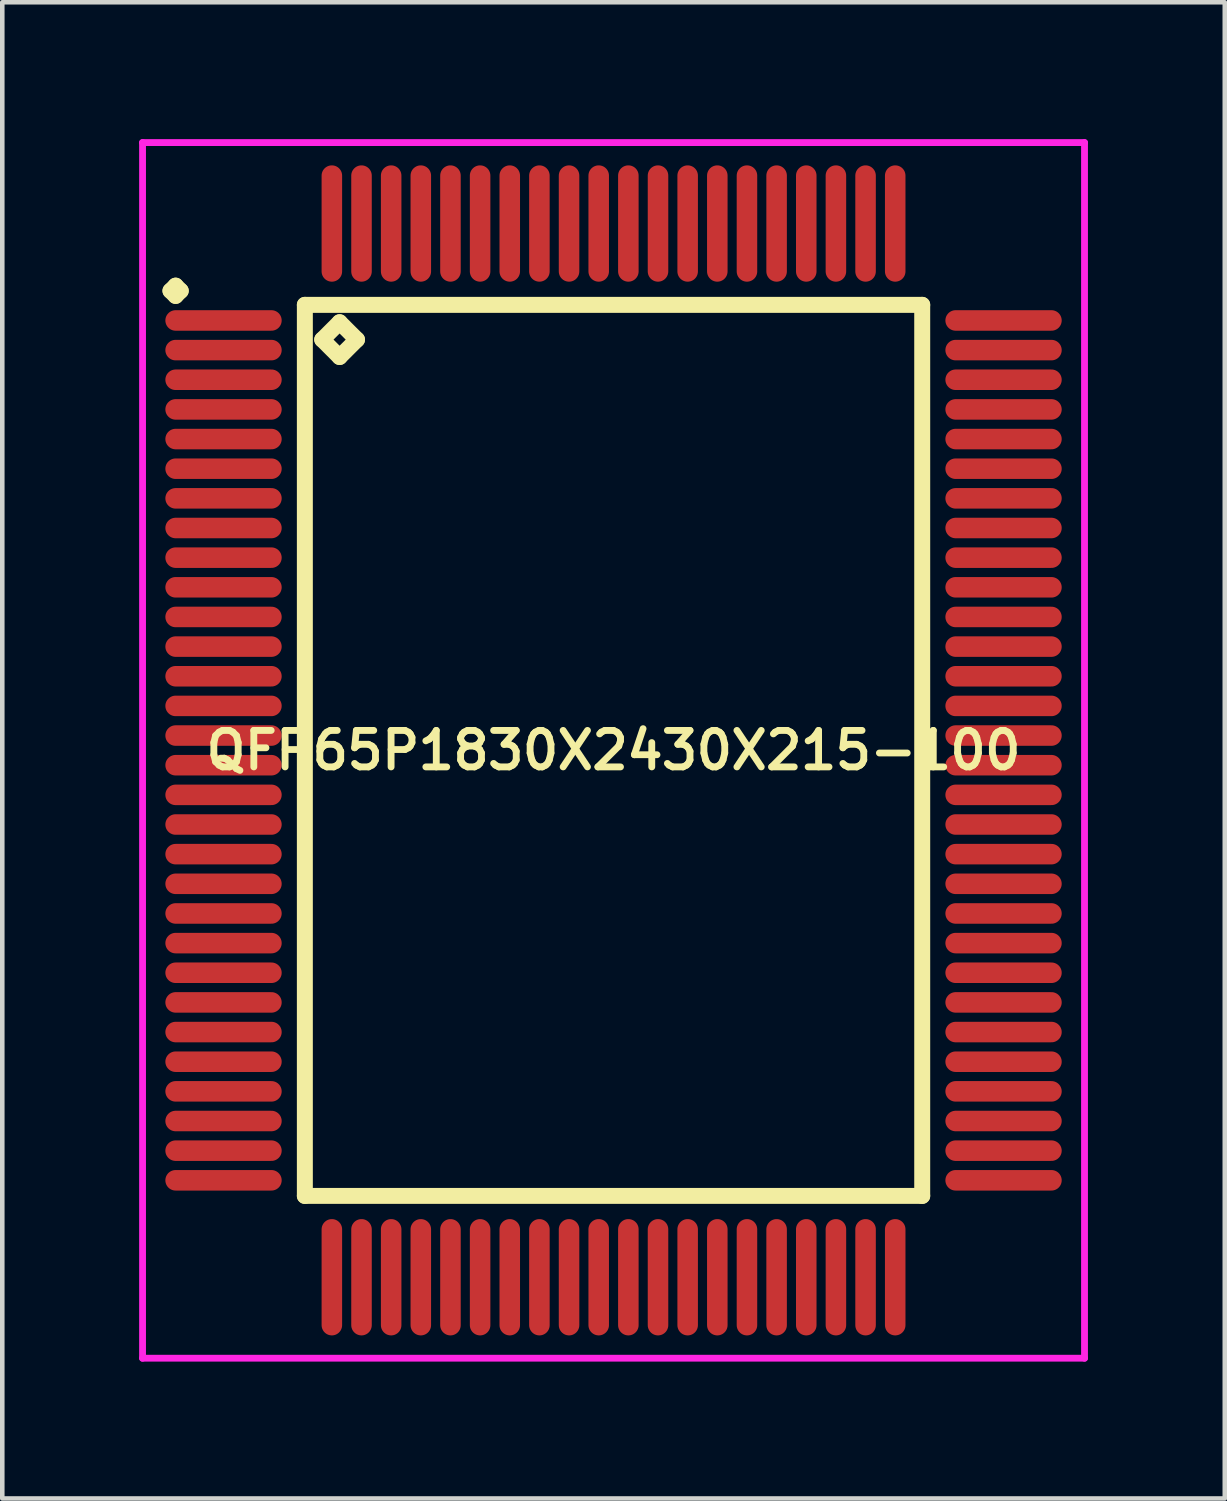
<source format=kicad_pcb>
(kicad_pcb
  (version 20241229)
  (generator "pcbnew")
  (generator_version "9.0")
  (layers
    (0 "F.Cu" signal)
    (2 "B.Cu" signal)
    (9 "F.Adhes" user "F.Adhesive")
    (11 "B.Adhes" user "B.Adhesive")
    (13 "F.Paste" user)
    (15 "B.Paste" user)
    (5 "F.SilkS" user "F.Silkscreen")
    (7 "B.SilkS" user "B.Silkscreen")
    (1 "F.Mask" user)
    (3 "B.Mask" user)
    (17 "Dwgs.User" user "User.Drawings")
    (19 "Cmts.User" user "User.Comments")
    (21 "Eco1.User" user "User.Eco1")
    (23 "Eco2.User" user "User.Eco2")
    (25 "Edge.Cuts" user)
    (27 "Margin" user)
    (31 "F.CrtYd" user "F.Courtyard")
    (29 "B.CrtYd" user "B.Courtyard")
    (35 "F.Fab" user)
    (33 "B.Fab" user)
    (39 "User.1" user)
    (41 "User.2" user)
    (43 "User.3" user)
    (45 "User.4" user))
  (footprint "QFP65P1830X2430X215-100"
    (layer "F.Cu")
    (at 10.4 13.4)
    (property "Reference" "QFP65P1830X2430X215-100" (at 0 0 0) (layer "F.SilkS") (effects (font (size 0.8 0.8) (thickness 0.15))))
    (attr smd)
    (fp_line (start -9.713 -10.075) (end -9.6 -10.188) (stroke (width 0.35) (type solid)) (layer "F.SilkS"))
    (fp_line (start -9.6 -10.188) (end -9.488 -10.075) (stroke (width 0.35) (type solid)) (layer "F.SilkS"))
    (fp_line (start -9.6 -9.963) (end -9.713 -10.075) (stroke (width 0.35) (type solid)) (layer "F.SilkS"))
    (fp_line (start -9.488 -10.075) (end -9.6 -9.963) (stroke (width 0.35) (type solid)) (layer "F.SilkS"))
    (fp_line (start -6.767 -9.767) (end -6.767 9.767) (stroke (width 0.35) (type solid)) (layer "F.SilkS"))
    (fp_line (start -6.767 9.767) (end 6.767 9.767) (stroke (width 0.35) (type solid)) (layer "F.SilkS"))
    (fp_line (start -6.386 -9.005) (end -6.005 -9.386) (stroke (width 0.35) (type solid)) (layer "F.SilkS"))
    (fp_line (start -6.005 -9.386) (end -5.624 -9.005) (stroke (width 0.35) (type solid)) (layer "F.SilkS"))
    (fp_line (start -6.005 -8.624) (end -6.386 -9.005) (stroke (width 0.35) (type solid)) (layer "F.SilkS"))
    (fp_line (start -5.624 -9.005) (end -6.005 -8.624) (stroke (width 0.35) (type solid)) (layer "F.SilkS"))
    (fp_line (start 6.767 -9.767) (end -6.767 -9.767) (stroke (width 0.35) (type solid)) (layer "F.SilkS"))
    (fp_line (start 6.767 9.767) (end 6.767 -9.767) (stroke (width 0.35) (type solid)) (layer "F.SilkS"))
    (fp_line (start -10.325 -13.325) (end 10.325 -13.325) (stroke (width 0.15) (type solid)) (layer "F.CrtYd"))
    (fp_line (start -10.325 13.325) (end -10.325 -13.325) (stroke (width 0.15) (type solid)) (layer "F.CrtYd"))
    (fp_line (start 10.325 -13.325) (end 10.325 13.325) (stroke (width 0.15) (type solid)) (layer "F.CrtYd"))
    (fp_line (start 10.325 13.325) (end -10.325 13.325) (stroke (width 0.15) (type solid)) (layer "F.CrtYd"))
    (pad "1" smd oval (at -8.55 -9.425) (size 2.55 0.45) (layers "F.Cu" "F.Mask" "F.Paste"))
    (pad "2" smd oval (at -8.55 -8.775) (size 2.55 0.45) (layers "F.Cu" "F.Mask" "F.Paste"))
    (pad "3" smd oval (at -8.55 -8.125) (size 2.55 0.45) (layers "F.Cu" "F.Mask" "F.Paste"))
    (pad "4" smd oval (at -8.55 -7.475) (size 2.55 0.45) (layers "F.Cu" "F.Mask" "F.Paste"))
    (pad "5" smd oval (at -8.55 -6.825) (size 2.55 0.45) (layers "F.Cu" "F.Mask" "F.Paste"))
    (pad "6" smd oval (at -8.55 -6.175) (size 2.55 0.45) (layers "F.Cu" "F.Mask" "F.Paste"))
    (pad "7" smd oval (at -8.55 -5.525) (size 2.55 0.45) (layers "F.Cu" "F.Mask" "F.Paste"))
    (pad "8" smd oval (at -8.55 -4.875) (size 2.55 0.45) (layers "F.Cu" "F.Mask" "F.Paste"))
    (pad "9" smd oval (at -8.55 -4.225) (size 2.55 0.45) (layers "F.Cu" "F.Mask" "F.Paste"))
    (pad "10" smd oval (at -8.55 -3.575) (size 2.55 0.45) (layers "F.Cu" "F.Mask" "F.Paste"))
    (pad "11" smd oval (at -8.55 -2.925) (size 2.55 0.45) (layers "F.Cu" "F.Mask" "F.Paste"))
    (pad "12" smd oval (at -8.55 -2.275) (size 2.55 0.45) (layers "F.Cu" "F.Mask" "F.Paste"))
    (pad "13" smd oval (at -8.55 -1.625) (size 2.55 0.45) (layers "F.Cu" "F.Mask" "F.Paste"))
    (pad "14" smd oval (at -8.55 -0.975) (size 2.55 0.45) (layers "F.Cu" "F.Mask" "F.Paste"))
    (pad "15" smd oval (at -8.55 -0.325) (size 2.55 0.45) (layers "F.Cu" "F.Mask" "F.Paste"))
    (pad "16" smd oval (at -8.55 0.325) (size 2.55 0.45) (layers "F.Cu" "F.Mask" "F.Paste"))
    (pad "17" smd oval (at -8.55 0.975) (size 2.55 0.45) (layers "F.Cu" "F.Mask" "F.Paste"))
    (pad "18" smd oval (at -8.55 1.625) (size 2.55 0.45) (layers "F.Cu" "F.Mask" "F.Paste"))
    (pad "19" smd oval (at -8.55 2.275) (size 2.55 0.45) (layers "F.Cu" "F.Mask" "F.Paste"))
    (pad "20" smd oval (at -8.55 2.925) (size 2.55 0.45) (layers "F.Cu" "F.Mask" "F.Paste"))
    (pad "21" smd oval (at -8.55 3.575) (size 2.55 0.45) (layers "F.Cu" "F.Mask" "F.Paste"))
    (pad "22" smd oval (at -8.55 4.225) (size 2.55 0.45) (layers "F.Cu" "F.Mask" "F.Paste"))
    (pad "23" smd oval (at -8.55 4.875) (size 2.55 0.45) (layers "F.Cu" "F.Mask" "F.Paste"))
    (pad "24" smd oval (at -8.55 5.525) (size 2.55 0.45) (layers "F.Cu" "F.Mask" "F.Paste"))
    (pad "25" smd oval (at -8.55 6.175) (size 2.55 0.45) (layers "F.Cu" "F.Mask" "F.Paste"))
    (pad "26" smd oval (at -8.55 6.825) (size 2.55 0.45) (layers "F.Cu" "F.Mask" "F.Paste"))
    (pad "27" smd oval (at -8.55 7.475) (size 2.55 0.45) (layers "F.Cu" "F.Mask" "F.Paste"))
    (pad "28" smd oval (at -8.55 8.125) (size 2.55 0.45) (layers "F.Cu" "F.Mask" "F.Paste"))
    (pad "29" smd oval (at -8.55 8.775) (size 2.55 0.45) (layers "F.Cu" "F.Mask" "F.Paste"))
    (pad "30" smd oval (at -8.55 9.425) (size 2.55 0.45) (layers "F.Cu" "F.Mask" "F.Paste"))
    (pad "31" smd oval (at -6.175 11.55) (size 0.45 2.55) (layers "F.Cu" "F.Mask" "F.Paste"))
    (pad "32" smd oval (at -5.525 11.55) (size 0.45 2.55) (layers "F.Cu" "F.Mask" "F.Paste"))
    (pad "33" smd oval (at -4.875 11.55) (size 0.45 2.55) (layers "F.Cu" "F.Mask" "F.Paste"))
    (pad "34" smd oval (at -4.225 11.55) (size 0.45 2.55) (layers "F.Cu" "F.Mask" "F.Paste"))
    (pad "35" smd oval (at -3.575 11.55) (size 0.45 2.55) (layers "F.Cu" "F.Mask" "F.Paste"))
    (pad "36" smd oval (at -2.925 11.55) (size 0.45 2.55) (layers "F.Cu" "F.Mask" "F.Paste"))
    (pad "37" smd oval (at -2.275 11.55) (size 0.45 2.55) (layers "F.Cu" "F.Mask" "F.Paste"))
    (pad "38" smd oval (at -1.625 11.55) (size 0.45 2.55) (layers "F.Cu" "F.Mask" "F.Paste"))
    (pad "39" smd oval (at -0.975 11.55) (size 0.45 2.55) (layers "F.Cu" "F.Mask" "F.Paste"))
    (pad "40" smd oval (at -0.325 11.55) (size 0.45 2.55) (layers "F.Cu" "F.Mask" "F.Paste"))
    (pad "41" smd oval (at 0.325 11.55) (size 0.45 2.55) (layers "F.Cu" "F.Mask" "F.Paste"))
    (pad "42" smd oval (at 0.975 11.55) (size 0.45 2.55) (layers "F.Cu" "F.Mask" "F.Paste"))
    (pad "43" smd oval (at 1.625 11.55) (size 0.45 2.55) (layers "F.Cu" "F.Mask" "F.Paste"))
    (pad "44" smd oval (at 2.275 11.55) (size 0.45 2.55) (layers "F.Cu" "F.Mask" "F.Paste"))
    (pad "45" smd oval (at 2.925 11.55) (size 0.45 2.55) (layers "F.Cu" "F.Mask" "F.Paste"))
    (pad "46" smd oval (at 3.575 11.55) (size 0.45 2.55) (layers "F.Cu" "F.Mask" "F.Paste"))
    (pad "47" smd oval (at 4.225 11.55) (size 0.45 2.55) (layers "F.Cu" "F.Mask" "F.Paste"))
    (pad "48" smd oval (at 4.875 11.55) (size 0.45 2.55) (layers "F.Cu" "F.Mask" "F.Paste"))
    (pad "49" smd oval (at 5.525 11.55) (size 0.45 2.55) (layers "F.Cu" "F.Mask" "F.Paste"))
    (pad "50" smd oval (at 6.175 11.55) (size 0.45 2.55) (layers "F.Cu" "F.Mask" "F.Paste"))
    (pad "51" smd oval (at 8.55 9.425) (size 2.55 0.45) (layers "F.Cu" "F.Mask" "F.Paste"))
    (pad "52" smd oval (at 8.55 8.775) (size 2.55 0.45) (layers "F.Cu" "F.Mask" "F.Paste"))
    (pad "53" smd oval (at 8.55 8.125) (size 2.55 0.45) (layers "F.Cu" "F.Mask" "F.Paste"))
    (pad "54" smd oval (at 8.55 7.475) (size 2.55 0.45) (layers "F.Cu" "F.Mask" "F.Paste"))
    (pad "55" smd oval (at 8.55 6.825) (size 2.55 0.45) (layers "F.Cu" "F.Mask" "F.Paste"))
    (pad "56" smd oval (at 8.55 6.175) (size 2.55 0.45) (layers "F.Cu" "F.Mask" "F.Paste"))
    (pad "57" smd oval (at 8.55 5.525) (size 2.55 0.45) (layers "F.Cu" "F.Mask" "F.Paste"))
    (pad "58" smd oval (at 8.55 4.875) (size 2.55 0.45) (layers "F.Cu" "F.Mask" "F.Paste"))
    (pad "59" smd oval (at 8.55 4.225) (size 2.55 0.45) (layers "F.Cu" "F.Mask" "F.Paste"))
    (pad "60" smd oval (at 8.55 3.575) (size 2.55 0.45) (layers "F.Cu" "F.Mask" "F.Paste"))
    (pad "61" smd oval (at 8.55 2.925) (size 2.55 0.45) (layers "F.Cu" "F.Mask" "F.Paste"))
    (pad "62" smd oval (at 8.55 2.275) (size 2.55 0.45) (layers "F.Cu" "F.Mask" "F.Paste"))
    (pad "63" smd oval (at 8.55 1.625) (size 2.55 0.45) (layers "F.Cu" "F.Mask" "F.Paste"))
    (pad "64" smd oval (at 8.55 0.975) (size 2.55 0.45) (layers "F.Cu" "F.Mask" "F.Paste"))
    (pad "65" smd oval (at 8.55 0.325) (size 2.55 0.45) (layers "F.Cu" "F.Mask" "F.Paste"))
    (pad "66" smd oval (at 8.55 -0.325) (size 2.55 0.45) (layers "F.Cu" "F.Mask" "F.Paste"))
    (pad "67" smd oval (at 8.55 -0.975) (size 2.55 0.45) (layers "F.Cu" "F.Mask" "F.Paste"))
    (pad "68" smd oval (at 8.55 -1.625) (size 2.55 0.45) (layers "F.Cu" "F.Mask" "F.Paste"))
    (pad "69" smd oval (at 8.55 -2.275) (size 2.55 0.45) (layers "F.Cu" "F.Mask" "F.Paste"))
    (pad "70" smd oval (at 8.55 -2.925) (size 2.55 0.45) (layers "F.Cu" "F.Mask" "F.Paste"))
    (pad "71" smd oval (at 8.55 -3.575) (size 2.55 0.45) (layers "F.Cu" "F.Mask" "F.Paste"))
    (pad "72" smd oval (at 8.55 -4.225) (size 2.55 0.45) (layers "F.Cu" "F.Mask" "F.Paste"))
    (pad "73" smd oval (at 8.55 -4.875) (size 2.55 0.45) (layers "F.Cu" "F.Mask" "F.Paste"))
    (pad "74" smd oval (at 8.55 -5.525) (size 2.55 0.45) (layers "F.Cu" "F.Mask" "F.Paste"))
    (pad "75" smd oval (at 8.55 -6.175) (size 2.55 0.45) (layers "F.Cu" "F.Mask" "F.Paste"))
    (pad "76" smd oval (at 8.55 -6.825) (size 2.55 0.45) (layers "F.Cu" "F.Mask" "F.Paste"))
    (pad "77" smd oval (at 8.55 -7.475) (size 2.55 0.45) (layers "F.Cu" "F.Mask" "F.Paste"))
    (pad "78" smd oval (at 8.55 -8.125) (size 2.55 0.45) (layers "F.Cu" "F.Mask" "F.Paste"))
    (pad "79" smd oval (at 8.55 -8.775) (size 2.55 0.45) (layers "F.Cu" "F.Mask" "F.Paste"))
    (pad "80" smd oval (at 8.55 -9.425) (size 2.55 0.45) (layers "F.Cu" "F.Mask" "F.Paste"))
    (pad "81" smd oval (at 6.175 -11.55) (size 0.45 2.55) (layers "F.Cu" "F.Mask" "F.Paste"))
    (pad "82" smd oval (at 5.525 -11.55) (size 0.45 2.55) (layers "F.Cu" "F.Mask" "F.Paste"))
    (pad "83" smd oval (at 4.875 -11.55) (size 0.45 2.55) (layers "F.Cu" "F.Mask" "F.Paste"))
    (pad "84" smd oval (at 4.225 -11.55) (size 0.45 2.55) (layers "F.Cu" "F.Mask" "F.Paste"))
    (pad "85" smd oval (at 3.575 -11.55) (size 0.45 2.55) (layers "F.Cu" "F.Mask" "F.Paste"))
    (pad "86" smd oval (at 2.925 -11.55) (size 0.45 2.55) (layers "F.Cu" "F.Mask" "F.Paste"))
    (pad "87" smd oval (at 2.275 -11.55) (size 0.45 2.55) (layers "F.Cu" "F.Mask" "F.Paste"))
    (pad "88" smd oval (at 1.625 -11.55) (size 0.45 2.55) (layers "F.Cu" "F.Mask" "F.Paste"))
    (pad "89" smd oval (at 0.975 -11.55) (size 0.45 2.55) (layers "F.Cu" "F.Mask" "F.Paste"))
    (pad "90" smd oval (at 0.325 -11.55) (size 0.45 2.55) (layers "F.Cu" "F.Mask" "F.Paste"))
    (pad "91" smd oval (at -0.325 -11.55) (size 0.45 2.55) (layers "F.Cu" "F.Mask" "F.Paste"))
    (pad "92" smd oval (at -0.975 -11.55) (size 0.45 2.55) (layers "F.Cu" "F.Mask" "F.Paste"))
    (pad "93" smd oval (at -1.625 -11.55) (size 0.45 2.55) (layers "F.Cu" "F.Mask" "F.Paste"))
    (pad "94" smd oval (at -2.275 -11.55) (size 0.45 2.55) (layers "F.Cu" "F.Mask" "F.Paste"))
    (pad "95" smd oval (at -2.925 -11.55) (size 0.45 2.55) (layers "F.Cu" "F.Mask" "F.Paste"))
    (pad "96" smd oval (at -3.575 -11.55) (size 0.45 2.55) (layers "F.Cu" "F.Mask" "F.Paste"))
    (pad "97" smd oval (at -4.225 -11.55) (size 0.45 2.55) (layers "F.Cu" "F.Mask" "F.Paste"))
    (pad "98" smd oval (at -4.875 -11.55) (size 0.45 2.55) (layers "F.Cu" "F.Mask" "F.Paste"))
    (pad "99" smd oval (at -5.525 -11.55) (size 0.45 2.55) (layers "F.Cu" "F.Mask" "F.Paste"))
    (pad "100" smd oval (at -6.175 -11.55) (size 0.45 2.55) (layers "F.Cu" "F.Mask" "F.Paste")))
  (gr_rect
    (start -3 -3)
    (end 23.8 29.8)
    (stroke (width 0.1) (type default))
    (fill no)
    (layer "Edge.Cuts")))
</source>
